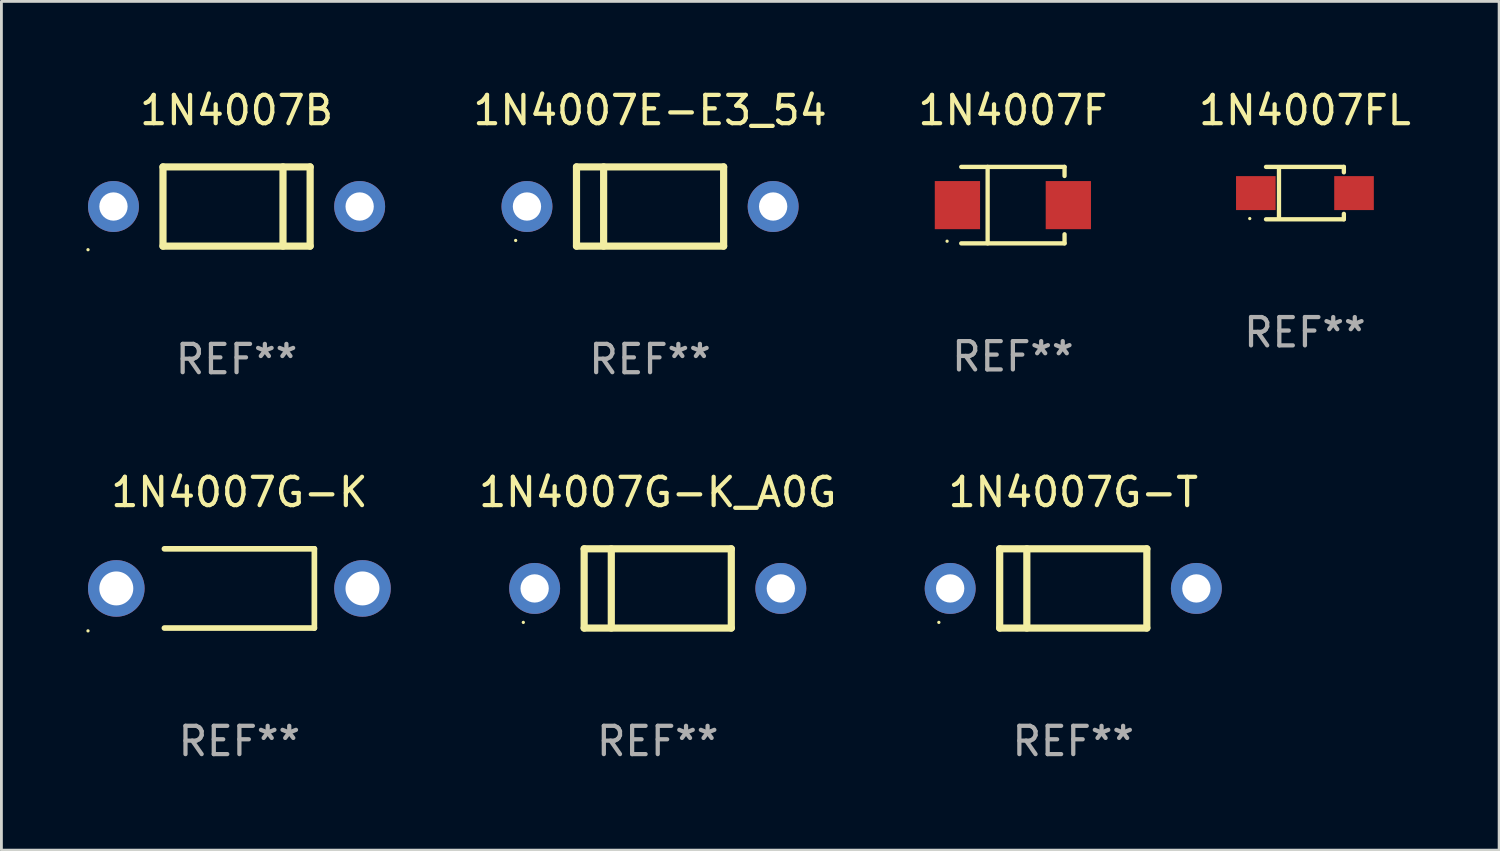
<source format=kicad_pcb>
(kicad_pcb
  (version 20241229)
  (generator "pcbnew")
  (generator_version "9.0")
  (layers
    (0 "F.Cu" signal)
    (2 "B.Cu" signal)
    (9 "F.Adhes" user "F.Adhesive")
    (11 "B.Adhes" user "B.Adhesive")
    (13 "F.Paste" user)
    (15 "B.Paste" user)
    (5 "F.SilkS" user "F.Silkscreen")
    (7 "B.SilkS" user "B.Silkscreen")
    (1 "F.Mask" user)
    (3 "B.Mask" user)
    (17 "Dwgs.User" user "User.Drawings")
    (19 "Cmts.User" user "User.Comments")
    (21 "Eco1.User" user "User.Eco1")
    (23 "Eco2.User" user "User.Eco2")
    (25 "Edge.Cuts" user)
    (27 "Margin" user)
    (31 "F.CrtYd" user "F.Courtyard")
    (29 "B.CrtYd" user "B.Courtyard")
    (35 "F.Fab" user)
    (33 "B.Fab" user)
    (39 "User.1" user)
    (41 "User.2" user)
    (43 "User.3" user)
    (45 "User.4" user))
  (footprint "1N4007G-K"
    (layer "F.Cu")
    (at 5.41 17.745)
    (property "Reference" "1N4007G-K" (at 0 -3.4 0) (layer "F.SilkS") (effects (font (size 1 1) (thickness 0.15))))
    (attr through_hole)
    (fp_line (start -2.65 1.4) (end 2.65 1.4) (stroke (width 0.2) (type solid)) (layer "F.SilkS"))
    (fp_line (start 2.65 -1.4) (end -2.65 -1.4) (stroke (width 0.2) (type solid)) (layer "F.SilkS"))
    (fp_line (start 2.65 1.4) (end 2.65 -1.4) (stroke (width 0.2) (type solid)) (layer "F.SilkS"))
    (fp_circle (center -5.35 1.5) (end -5.32 1.5) (stroke (width 0.06) (type solid)) (fill no) (layer "F.SilkS"))
    (fp_text user "REF**" (at 0 5.4 0) (layer "F.Fab") (effects (font (size 1 1) (thickness 0.15))))
    (pad "1" thru_hole circle (at -4.35 0) (size 2 2) (drill 1.2) (layers "*.Cu" "*.Mask"))
    (pad "2" thru_hole circle (at 4.35 0) (size 2 2) (drill 1.2) (layers "*.Cu" "*.Mask")))
  (footprint "1N4007G-T"
    (layer "F.Cu")
    (at 34.879 17.745)
    (property "Reference" "1N4007G-T" (at 0 -3.4 0) (layer "F.SilkS") (effects (font (size 1 1) (thickness 0.15))))
    (attr through_hole)
    (fp_line (start -2.6 -1.4) (end -2.6 1.4) (stroke (width 0.254) (type solid)) (layer "F.SilkS"))
    (fp_line (start -2.6 -1.4) (end 2.6 -1.4) (stroke (width 0.254) (type solid)) (layer "F.SilkS"))
    (fp_line (start -2.6 1.4) (end 2.6 1.4) (stroke (width 0.254) (type solid)) (layer "F.SilkS"))
    (fp_line (start -1.641 -1.4) (end -1.641 1.4) (stroke (width 0.254) (type solid)) (layer "F.SilkS"))
    (fp_line (start 2.6 -1.4) (end 2.6 1.4) (stroke (width 0.254) (type solid)) (layer "F.SilkS"))
    (fp_circle (center -4.75 1.2) (end -4.72 1.2) (stroke (width 0.06) (type solid)) (fill no) (layer "F.SilkS"))
    (fp_text user "REF**" (at 0 5.4 0) (layer "F.Fab") (effects (font (size 1 1) (thickness 0.15))))
    (pad "1" thru_hole circle (at -4.35 0) (size 1.8 1.8) (drill 1) (layers "*.Cu" "*.Mask"))
    (pad "2" thru_hole circle (at 4.35 0) (size 1.8 1.8) (drill 1) (layers "*.Cu" "*.Mask")))
  (footprint "1N4007G-K_A0G"
    (layer "F.Cu")
    (at 20.194 17.745)
    (property "Reference" "1N4007G-K_A0G" (at 0 -3.4 0) (layer "F.SilkS") (effects (font (size 1 1) (thickness 0.15))))
    (attr through_hole)
    (fp_line (start -2.6 -1.4) (end -2.6 1.4) (stroke (width 0.254) (type solid)) (layer "F.SilkS"))
    (fp_line (start -2.6 -1.4) (end 2.6 -1.4) (stroke (width 0.254) (type solid)) (layer "F.SilkS"))
    (fp_line (start -2.6 1.4) (end 2.6 1.4) (stroke (width 0.254) (type solid)) (layer "F.SilkS"))
    (fp_line (start -1.641 -1.4) (end -1.641 1.4) (stroke (width 0.254) (type solid)) (layer "F.SilkS"))
    (fp_line (start 2.6 -1.4) (end 2.6 1.4) (stroke (width 0.254) (type solid)) (layer "F.SilkS"))
    (fp_circle (center -4.75 1.2) (end -4.72 1.2) (stroke (width 0.06) (type solid)) (fill no) (layer "F.SilkS"))
    (fp_text user "REF**" (at 0 5.4 0) (layer "F.Fab") (effects (font (size 1 1) (thickness 0.15))))
    (pad "1" thru_hole circle (at -4.35 0) (size 1.8 1.8) (drill 1) (layers "*.Cu" "*.Mask"))
    (pad "2" thru_hole circle (at 4.35 0) (size 1.8 1.8) (drill 1) (layers "*.Cu" "*.Mask")))
  (footprint "1N4007E-E3_54"
    (layer "F.Cu")
    (at 19.923 4.248)
    (property "Reference" "1N4007E-E3_54" (at 0 -3.4 0) (layer "F.SilkS") (effects (font (size 1 1) (thickness 0.15))))
    (attr through_hole)
    (fp_line (start -2.6 -1.4) (end -2.6 1.4) (stroke (width 0.254) (type solid)) (layer "F.SilkS"))
    (fp_line (start -2.6 -1.4) (end 2.6 -1.4) (stroke (width 0.254) (type solid)) (layer "F.SilkS"))
    (fp_line (start -2.6 1.4) (end 2.6 1.4) (stroke (width 0.254) (type solid)) (layer "F.SilkS"))
    (fp_line (start -1.641 -1.4) (end -1.641 1.4) (stroke (width 0.254) (type solid)) (layer "F.SilkS"))
    (fp_line (start 2.6 -1.4) (end 2.6 1.4) (stroke (width 0.254) (type solid)) (layer "F.SilkS"))
    (fp_circle (center -4.75 1.2) (end -4.72 1.2) (stroke (width 0.06) (type solid)) (fill no) (layer "F.SilkS"))
    (fp_text user "REF**" (at 0 5.4 0) (layer "F.Fab") (effects (font (size 1 1) (thickness 0.15))))
    (pad "1" thru_hole circle (at -4.35 0) (size 1.8 1.8) (drill 1) (layers "*.Cu" "*.Mask"))
    (pad "2" thru_hole circle (at 4.35 0) (size 1.8 1.8) (drill 1) (layers "*.Cu" "*.Mask")))
  (footprint "1N4007FL"
    (layer "F.Cu")
    (at 43.066 3.774)
    (property "Reference" "1N4007FL" (at 0 -2.926 0) (layer "F.SilkS") (effects (font (size 1 1) (thickness 0.15))))
    (attr through_hole)
    (fp_line (start -1.376 -0.926) (end 1.376 -0.926) (stroke (width 0.152) (type solid)) (layer "F.SilkS"))
    (fp_line (start -1.376 0.926) (end 1.376 0.926) (stroke (width 0.152) (type solid)) (layer "F.SilkS"))
    (fp_line (start -0.917 -0.876) (end -0.917 0.876) (stroke (width 0.152) (type solid)) (layer "F.SilkS"))
    (fp_line (start 1.376 -0.926) (end 1.376 -0.733) (stroke (width 0.152) (type solid)) (layer "F.SilkS"))
    (fp_line (start 1.376 0.926) (end 1.376 0.733) (stroke (width 0.152) (type solid)) (layer "F.SilkS"))
    (fp_circle (center -1.95 0.9) (end -1.92 0.9) (stroke (width 0.06) (type solid)) (fill no) (layer "F.SilkS"))
    (fp_text user "REF**" (at 0 4.926 0) (layer "F.Fab") (effects (font (size 1 1) (thickness 0.15))))
    (pad "1" smd rect (at -1.735 0) (size 1.4 1.2) (layers "F.Cu" "F.Mask" "F.Paste"))
    (pad "2" smd rect (at 1.735 0) (size 1.4 1.2) (layers "F.Cu" "F.Mask" "F.Paste")))
  (footprint "1N4007F"
    (layer "F.Cu")
    (at 32.745 4.199)
    (property "Reference" "1N4007F" (at 0 -3.351 0) (layer "F.SilkS") (effects (font (size 1 1) (thickness 0.15))))
    (attr through_hole)
    (fp_line (start -1.826 -1.351) (end 1.826 -1.351) (stroke (width 0.152) (type solid)) (layer "F.SilkS"))
    (fp_line (start -1.826 1.351) (end 1.826 1.351) (stroke (width 0.152) (type solid)) (layer "F.SilkS"))
    (fp_line (start -0.892 -1.351) (end -0.892 1.351) (stroke (width 0.152) (type solid)) (layer "F.SilkS"))
    (fp_line (start 1.826 -1.351) (end 1.826 -1.03) (stroke (width 0.152) (type solid)) (layer "F.SilkS"))
    (fp_line (start 1.826 1.03) (end 1.826 1.351) (stroke (width 0.152) (type solid)) (layer "F.SilkS"))
    (fp_circle (center -2.325 1.275) (end -2.295 1.275) (stroke (width 0.06) (type solid)) (fill no) (layer "F.SilkS"))
    (fp_text user "REF**" (at 0 5.351 0) (layer "F.Fab") (effects (font (size 1 1) (thickness 0.15))))
    (pad "1" smd rect (at -1.96 0 180) (size 1.6 1.7) (layers "F.Cu" "F.Mask" "F.Paste"))
    (pad "2" smd rect (at 1.96 0 180) (size 1.6 1.7) (layers "F.Cu" "F.Mask" "F.Paste")))
  (footprint "1N4007B"
    (layer "F.Cu")
    (at 5.31 4.248)
    (property "Reference" "1N4007B" (at 0 -3.4 0) (layer "F.SilkS") (effects (font (size 1 1) (thickness 0.15))))
    (attr through_hole)
    (fp_line (start -2.6 1.4) (end -2.6 -1.4) (stroke (width 0.254) (type solid)) (layer "F.SilkS"))
    (fp_line (start 1.641 1.4) (end 1.641 -1.4) (stroke (width 0.254) (type solid)) (layer "F.SilkS"))
    (fp_line (start 2.6 -1.4) (end -2.6 -1.4) (stroke (width 0.254) (type solid)) (layer "F.SilkS"))
    (fp_line (start 2.6 1.4) (end -2.6 1.4) (stroke (width 0.254) (type solid)) (layer "F.SilkS"))
    (fp_line (start 2.6 1.4) (end 2.6 -1.4) (stroke (width 0.254) (type solid)) (layer "F.SilkS"))
    (fp_circle (center -5.25 1.527) (end -5.22 1.527) (stroke (width 0.06) (type solid)) (fill no) (layer "F.SilkS"))
    (fp_text user "REF**" (at 0 5.4 0) (layer "F.Fab") (effects (font (size 1 1) (thickness 0.15))))
    (pad "1" thru_hole circle (at -4.35 0) (size 1.8 1.8) (drill 1) (layers "*.Cu" "*.Mask"))
    (pad "2" thru_hole circle (at 4.35 0) (size 1.8 1.8) (drill 1) (layers "*.Cu" "*.Mask")))
  (gr_rect
    (start -3 -3)
    (end 49.929 26.993)
    (stroke (width 0.1) (type default))
    (fill no)
    (layer "Edge.Cuts")))
</source>
